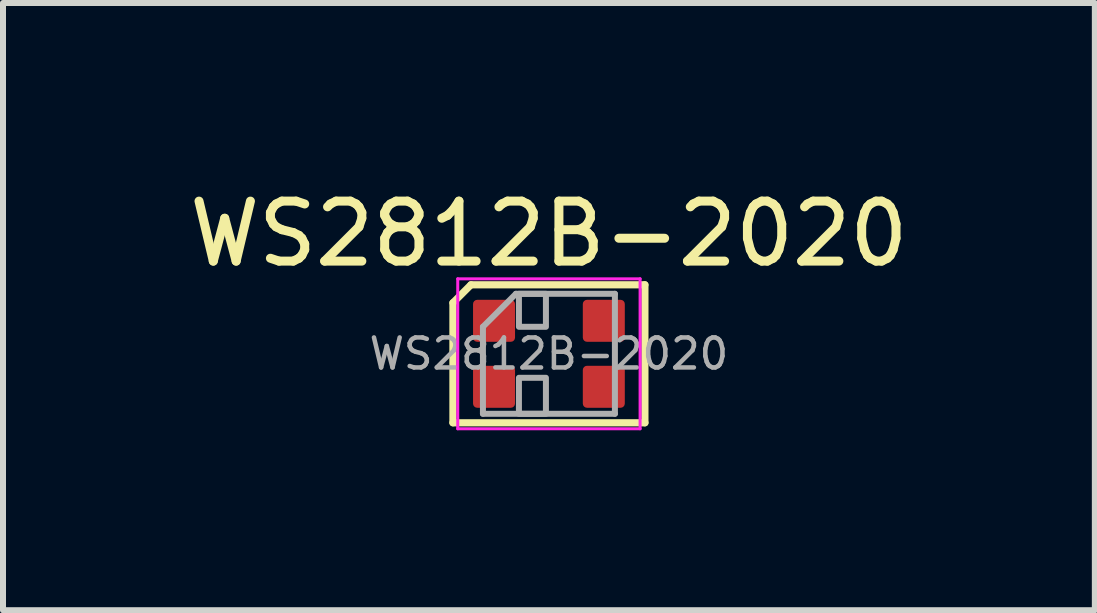
<source format=kicad_pcb>
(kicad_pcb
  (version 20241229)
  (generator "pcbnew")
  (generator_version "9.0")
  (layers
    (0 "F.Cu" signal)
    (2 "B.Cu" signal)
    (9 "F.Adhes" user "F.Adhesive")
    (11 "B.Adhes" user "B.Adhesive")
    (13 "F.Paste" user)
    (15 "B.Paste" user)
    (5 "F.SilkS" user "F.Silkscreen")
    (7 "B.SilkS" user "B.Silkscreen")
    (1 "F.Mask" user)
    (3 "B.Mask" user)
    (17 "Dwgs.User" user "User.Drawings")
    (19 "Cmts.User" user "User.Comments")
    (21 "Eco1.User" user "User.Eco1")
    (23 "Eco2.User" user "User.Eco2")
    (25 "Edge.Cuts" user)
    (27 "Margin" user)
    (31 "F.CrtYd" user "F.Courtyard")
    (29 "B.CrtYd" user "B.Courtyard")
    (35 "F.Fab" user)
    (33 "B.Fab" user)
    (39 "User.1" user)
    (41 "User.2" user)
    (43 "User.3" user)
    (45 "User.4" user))
  (footprint "WS2812B-2020"
    (layer "F.Cu")
    (at 6.101 2.848)
    (property "Reference" "WS2812B-2020" (at 0 -2 0) (layer "F.SilkS") (effects (font (size 1 1) (thickness 0.15))))
    (attr smd)
    (fp_line (start -1.6 1.15) (end -1.6 -0.85) (stroke (width 0.12) (type solid)) (layer "F.SilkS"))
    (fp_line (start -1.6 1.15) (end 1.6 1.15) (stroke (width 0.12) (type solid)) (layer "F.SilkS"))
    (fp_line (start -1.3 -1.15) (end -1.6 -0.85) (stroke (width 0.12) (type default)) (layer "F.SilkS"))
    (fp_line (start -1.3 -1.15) (end 1.6 -1.15) (stroke (width 0.12) (type solid)) (layer "F.SilkS"))
    (fp_line (start 1.6 -1.15) (end 1.6 1.15) (stroke (width 0.12) (type solid)) (layer "F.SilkS"))
    (fp_line (start -1.52 -1.25) (end -1.52 1.25) (stroke (width 0.05) (type solid)) (layer "F.CrtYd"))
    (fp_line (start -1.52 1.25) (end 1.52 1.25) (stroke (width 0.05) (type solid)) (layer "F.CrtYd"))
    (fp_line (start 1.52 -1.25) (end -1.52 -1.25) (stroke (width 0.05) (type solid)) (layer "F.CrtYd"))
    (fp_line (start 1.52 1.25) (end 1.52 -1.25) (stroke (width 0.05) (type solid)) (layer "F.CrtYd"))
    (fp_line (start -1.1 -0.45) (end -1.1 1) (stroke (width 0.1) (type solid)) (layer "F.Fab"))
    (fp_line (start -1.1 1) (end 1.1 1) (stroke (width 0.1) (type solid)) (layer "F.Fab"))
    (fp_line (start -0.55 -1) (end -1.1 -0.45) (stroke (width 0.1) (type solid)) (layer "F.Fab"))
    (fp_line (start 1.1 -1) (end -0.55 -1) (stroke (width 0.1) (type solid)) (layer "F.Fab"))
    (fp_line (start 1.1 -1) (end 1.1 1) (stroke (width 0.1) (type solid)) (layer "F.Fab"))
    (fp_rect (start -0.5 -1) (end -0.05 -0.45) (stroke (width 0.1) (type solid)) (fill no) (layer "F.Fab"))
    (fp_rect (start -0.5 0.4) (end -0.05 1) (stroke (width 0.1) (type solid)) (fill no) (layer "F.Fab"))
    (fp_text user "${REFERENCE}" (at 0 0 0) (layer "F.Fab") (effects (font (size 0.5 0.5) (thickness 0.075))))
    (pad "1" smd roundrect (at 0.915 0.55 180) (size 0.7 0.7) (layers "F.Cu" "F.Mask" "F.Paste") (roundrect_rratio 0.1))
    (pad "2" smd roundrect (at 0.915 -0.55 180) (size 0.7 0.7) (layers "F.Cu" "F.Mask" "F.Paste") (roundrect_rratio 0.1))
    (pad "3" smd roundrect (at -0.915 -0.55 180) (size 0.7 0.7) (layers "F.Cu" "F.Mask" "F.Paste") (roundrect_rratio 0.1))
    (pad "4" smd roundrect (at -0.915 0.55 180) (size 0.7 0.7) (layers "F.Cu" "F.Mask" "F.Paste") (roundrect_rratio 0.1)))
  (gr_rect
    (start -3 -3)
    (end 15.202 7.123)
    (stroke (width 0.1) (type default))
    (fill no)
    (layer "Edge.Cuts")))
</source>
